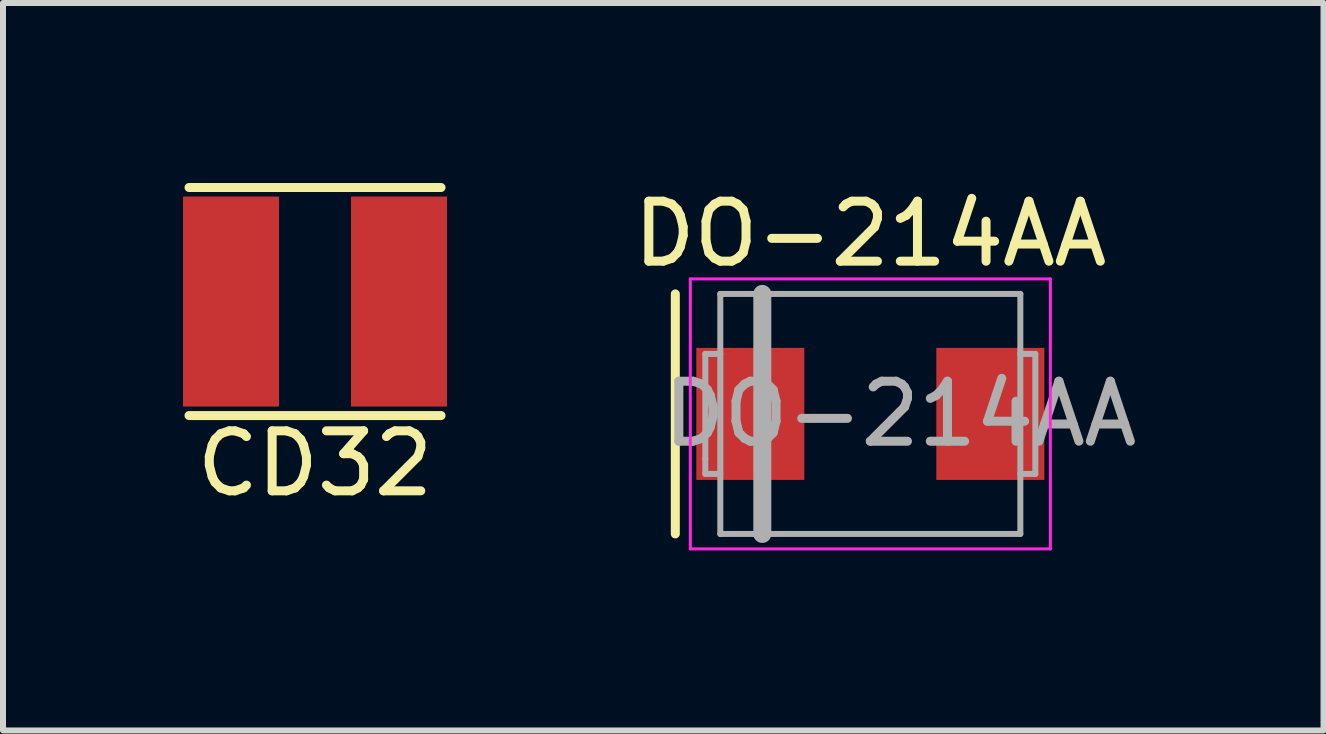
<source format=kicad_pcb>
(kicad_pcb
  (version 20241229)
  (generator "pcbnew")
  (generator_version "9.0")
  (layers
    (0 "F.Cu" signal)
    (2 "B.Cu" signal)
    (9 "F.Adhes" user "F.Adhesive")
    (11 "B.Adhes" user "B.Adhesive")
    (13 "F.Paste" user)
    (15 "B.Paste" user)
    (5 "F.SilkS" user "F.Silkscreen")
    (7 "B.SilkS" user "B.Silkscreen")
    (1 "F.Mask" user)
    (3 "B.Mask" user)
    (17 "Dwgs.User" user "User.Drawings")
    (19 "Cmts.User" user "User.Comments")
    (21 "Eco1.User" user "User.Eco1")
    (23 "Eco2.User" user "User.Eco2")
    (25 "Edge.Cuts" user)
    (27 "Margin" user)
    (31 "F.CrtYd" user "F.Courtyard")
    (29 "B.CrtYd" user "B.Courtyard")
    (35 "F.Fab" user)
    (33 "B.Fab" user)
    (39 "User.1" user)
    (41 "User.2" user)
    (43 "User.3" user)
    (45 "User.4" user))
  (footprint "CD32"
    (layer "F.Cu")
    (at 2.2 1.975)
    (property "Reference" "CD32" (at 0 2.7 0) (layer "F.SilkS") (effects (font (size 1 1) (thickness 0.15))))
    (attr through_hole)
    (fp_line (start -2.1 -1.9) (end 2.1 -1.9) (stroke (width 0.15) (type solid)) (layer "F.SilkS"))
    (fp_line (start 2.1 1.9) (end -2.1 1.9) (stroke (width 0.15) (type solid)) (layer "F.SilkS"))
    (pad "1" smd rect (at -1.4 0) (size 1.6 3.5) (layers "F.Cu" "F.Mask" "F.Paste"))
    (pad "2" smd rect (at 1.4 0) (size 1.6 3.5) (layers "F.Cu" "F.Mask" "F.Paste")))
  (footprint "DO-214AA"
    (layer "F.Cu")
    (at 11.454 3.848)
    (property "Reference" "DO-214AA" (at 0 -3 0) (layer "F.SilkS") (effects (font (size 1 1) (thickness 0.15))))
    (attr smd)
    (fp_line (start -3.25 -2) (end -3.25 2) (stroke (width 0.15) (type solid)) (layer "F.SilkS"))
    (fp_line (start -3 -2.25) (end 3 -2.25) (stroke (width 0.05) (type solid)) (layer "F.CrtYd"))
    (fp_line (start -3 2.25) (end -3 -2.25) (stroke (width 0.05) (type solid)) (layer "F.CrtYd"))
    (fp_line (start 3 -2.25) (end 3 2.25) (stroke (width 0.05) (type solid)) (layer "F.CrtYd"))
    (fp_line (start 3 2.25) (end -3 2.25) (stroke (width 0.05) (type solid)) (layer "F.CrtYd"))
    (fp_line (start -2.75 -1) (end -2.75 0.75) (stroke (width 0.1) (type solid)) (layer "F.Fab"))
    (fp_line (start -2.75 0.75) (end -2.75 1) (stroke (width 0.1) (type solid)) (layer "F.Fab"))
    (fp_line (start -2.75 1) (end -2.5 1) (stroke (width 0.1) (type solid)) (layer "F.Fab"))
    (fp_line (start -2.5 -2) (end 2.5 -2) (stroke (width 0.1) (type solid)) (layer "F.Fab"))
    (fp_line (start -2.5 -1) (end -2.75 -1) (stroke (width 0.1) (type solid)) (layer "F.Fab"))
    (fp_line (start -2.5 2) (end -2.5 -2) (stroke (width 0.1) (type solid)) (layer "F.Fab"))
    (fp_line (start -1.8 -2) (end -1.8 2) (stroke (width 0.3) (type solid)) (layer "F.Fab"))
    (fp_line (start 2.5 -2) (end 2.5 2) (stroke (width 0.1) (type solid)) (layer "F.Fab"))
    (fp_line (start 2.5 -1) (end 2.75 -1) (stroke (width 0.1) (type solid)) (layer "F.Fab"))
    (fp_line (start 2.5 2) (end -2.5 2) (stroke (width 0.1) (type solid)) (layer "F.Fab"))
    (fp_line (start 2.75 -1) (end 2.75 1) (stroke (width 0.1) (type solid)) (layer "F.Fab"))
    (fp_line (start 2.75 1) (end 2.5 1) (stroke (width 0.1) (type solid)) (layer "F.Fab"))
    (fp_text user "${REFERENCE}" (at 0.5 0 0) (layer "F.Fab") (effects (font (size 1 1) (thickness 0.15))))
    (pad "1" smd rect (at -2 0) (size 1.8 2.2) (layers "F.Cu" "F.Mask" "F.Paste"))
    (pad "2" smd rect (at 2 0) (size 1.8 2.2) (layers "F.Cu" "F.Mask" "F.Paste")))
  (gr_rect
    (start -3 -3)
    (end 19.007 9.123)
    (stroke (width 0.1) (type default))
    (fill no)
    (layer "Edge.Cuts")))
</source>
